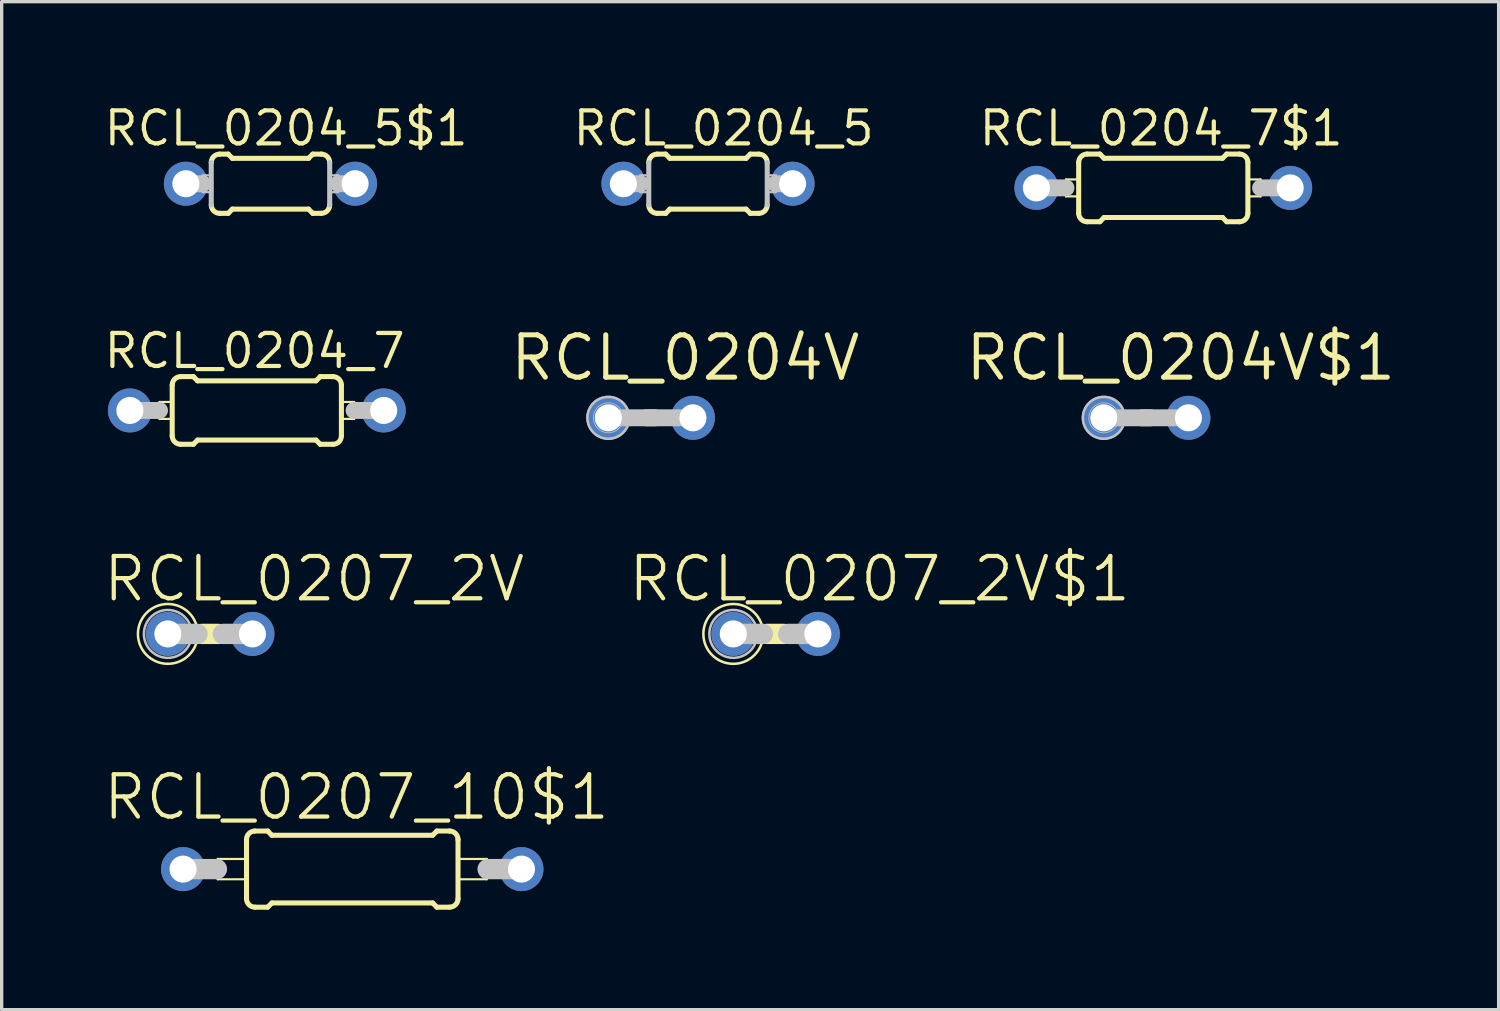
<source format=kicad_pcb>
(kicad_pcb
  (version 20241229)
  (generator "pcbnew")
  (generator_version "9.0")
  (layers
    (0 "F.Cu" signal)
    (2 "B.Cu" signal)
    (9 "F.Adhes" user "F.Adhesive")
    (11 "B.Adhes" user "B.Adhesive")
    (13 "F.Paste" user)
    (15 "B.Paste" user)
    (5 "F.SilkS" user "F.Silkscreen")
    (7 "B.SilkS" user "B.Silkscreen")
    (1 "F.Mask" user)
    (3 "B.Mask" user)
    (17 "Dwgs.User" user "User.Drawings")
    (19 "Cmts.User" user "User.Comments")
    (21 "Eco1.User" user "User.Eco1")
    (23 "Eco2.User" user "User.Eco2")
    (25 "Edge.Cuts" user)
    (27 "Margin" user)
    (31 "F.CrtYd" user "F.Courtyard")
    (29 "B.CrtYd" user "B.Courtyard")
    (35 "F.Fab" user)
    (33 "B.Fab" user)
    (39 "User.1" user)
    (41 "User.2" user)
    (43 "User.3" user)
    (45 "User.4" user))
  (footprint "RCL_0204V"
    (layer "F.Cu")
    (at 16.484 9.494)
    (property "Reference" "RCL_0204V" (at 1.041 -1.801 0) (layer "F.SilkS") (effects (font (size 1.27 1.27) (thickness 0.152))))
    (attr exclude_from_pos_files exclude_from_bom)
    (fp_line (start -0.127 0) (end 0.127 0) (stroke (width 0.508) (type solid)) (layer "F.SilkS"))
    (fp_line (start -1.27 0) (end 1.27 0) (stroke (width 0.508) (type solid)) (layer "Dwgs.User"))
    (fp_circle (center -1.27 0) (end -1.714 0.445) (stroke (width 0.076) (type solid)) (fill no) (layer "Dwgs.User"))
    (fp_circle (center -1.27 0) (end -1.587 0.318) (stroke (width 0.025) (type solid)) (fill no) (layer "Dwgs.User"))
    (pad "1" thru_hole circle (at -1.27 0) (size 1.321 1.321) (drill 0.813) (layers "*.Cu" "*.Paste" "*.Mask"))
    (pad "2" thru_hole circle (at 1.27 0) (size 1.321 1.321) (drill 0.813) (layers "*.Cu" "*.Paste" "*.Mask")))
  (footprint "RCL_0207_10$1"
    (layer "F.Cu")
    (at 7.526 23.043)
    (property "Reference" "RCL_0207_10$1" (at 0.127 -2.159 0) (layer "F.SilkS") (effects (font (size 1.27 1.27) (thickness 0.127))))
    (attr exclude_from_pos_files exclude_from_bom)
    (fp_line (start -4.039 -0.305) (end -3.175 -0.305) (stroke (width 0.066) (type solid)) (layer "F.SilkS"))
    (fp_line (start -4.039 0.305) (end -4.039 -0.305) (stroke (width 0.066) (type solid)) (layer "F.SilkS"))
    (fp_line (start -4.039 0.305) (end -3.175 0.305) (stroke (width 0.066) (type solid)) (layer "F.SilkS"))
    (fp_line (start -3.175 0.305) (end -3.175 -0.305) (stroke (width 0.066) (type solid)) (layer "F.SilkS"))
    (fp_line (start -3.175 0.889) (end -3.175 -0.889) (stroke (width 0.152) (type solid)) (layer "F.SilkS"))
    (fp_line (start -2.921 -1.143) (end -2.54 -1.143) (stroke (width 0.152) (type solid)) (layer "F.SilkS"))
    (fp_line (start -2.921 1.143) (end -2.54 1.143) (stroke (width 0.152) (type solid)) (layer "F.SilkS"))
    (fp_line (start -2.413 -1.016) (end -2.54 -1.143) (stroke (width 0.152) (type solid)) (layer "F.SilkS"))
    (fp_line (start -2.413 1.016) (end -2.54 1.143) (stroke (width 0.152) (type solid)) (layer "F.SilkS"))
    (fp_line (start 2.413 -1.016) (end -2.413 -1.016) (stroke (width 0.152) (type solid)) (layer "F.SilkS"))
    (fp_line (start 2.413 -1.016) (end 2.54 -1.143) (stroke (width 0.152) (type solid)) (layer "F.SilkS"))
    (fp_line (start 2.413 1.016) (end -2.413 1.016) (stroke (width 0.152) (type solid)) (layer "F.SilkS"))
    (fp_line (start 2.413 1.016) (end 2.54 1.143) (stroke (width 0.152) (type solid)) (layer "F.SilkS"))
    (fp_line (start 2.921 -1.143) (end 2.54 -1.143) (stroke (width 0.152) (type solid)) (layer "F.SilkS"))
    (fp_line (start 2.921 1.143) (end 2.54 1.143) (stroke (width 0.152) (type solid)) (layer "F.SilkS"))
    (fp_line (start 3.175 -0.305) (end 4.039 -0.305) (stroke (width 0.066) (type solid)) (layer "F.SilkS"))
    (fp_line (start 3.175 0.305) (end 3.175 -0.305) (stroke (width 0.066) (type solid)) (layer "F.SilkS"))
    (fp_line (start 3.175 0.305) (end 4.039 0.305) (stroke (width 0.066) (type solid)) (layer "F.SilkS"))
    (fp_line (start 3.175 0.889) (end 3.175 -0.889) (stroke (width 0.152) (type solid)) (layer "F.SilkS"))
    (fp_line (start 4.039 0.305) (end 4.039 -0.305) (stroke (width 0.066) (type solid)) (layer "F.SilkS"))
    (fp_arc (start -3.175 -0.889) (mid -3.100605 -1.068605) (end -2.921 -1.143) (stroke (width 0.1524) (type solid)) (layer "F.SilkS"))
    (fp_arc (start -2.921 1.143) (mid -3.100605 1.068605) (end -3.175 0.889) (stroke (width 0.1524) (type solid)) (layer "F.SilkS"))
    (fp_arc (start 2.921 -1.143) (mid 3.100605 -1.068605) (end 3.175 -0.889) (stroke (width 0.1524) (type solid)) (layer "F.SilkS"))
    (fp_arc (start 3.175 0.889) (mid 3.100605 1.068605) (end 2.921 1.143) (stroke (width 0.1524) (type solid)) (layer "F.SilkS"))
    (fp_line (start -5.08 0) (end -4.064 0) (stroke (width 0.61) (type solid)) (layer "Dwgs.User"))
    (fp_line (start 5.08 0) (end 4.064 0) (stroke (width 0.61) (type solid)) (layer "Dwgs.User"))
    (pad "1" thru_hole circle (at -5.08 0) (size 1.321 1.321) (drill 0.813) (layers "*.Cu" "*.Paste" "*.Mask"))
    (pad "2" thru_hole circle (at 5.08 0) (size 1.321 1.321) (drill 0.813) (layers "*.Cu" "*.Paste" "*.Mask")))
  (footprint "RCL_0204_7$1"
    (layer "F.Cu")
    (at 31.875 2.591)
    (property "Reference" "RCL_0204_7$1" (at -0.064 -1.788 0) (layer "F.SilkS") (effects (font (size 0.991 0.991) (thickness 0.127))))
    (attr exclude_from_pos_files exclude_from_bom)
    (fp_line (start -2.921 -0.254) (end -2.54 -0.254) (stroke (width 0.066) (type solid)) (layer "F.SilkS"))
    (fp_line (start -2.921 0.254) (end -2.921 -0.254) (stroke (width 0.066) (type solid)) (layer "F.SilkS"))
    (fp_line (start -2.921 0.254) (end -2.54 0.254) (stroke (width 0.066) (type solid)) (layer "F.SilkS"))
    (fp_line (start -2.54 0.254) (end -2.54 -0.254) (stroke (width 0.066) (type solid)) (layer "F.SilkS"))
    (fp_line (start -2.54 0.762) (end -2.54 -0.762) (stroke (width 0.152) (type solid)) (layer "F.SilkS"))
    (fp_line (start -2.286 -1.016) (end -1.905 -1.016) (stroke (width 0.152) (type solid)) (layer "F.SilkS"))
    (fp_line (start -2.286 1.016) (end -1.905 1.016) (stroke (width 0.152) (type solid)) (layer "F.SilkS"))
    (fp_line (start -1.778 -0.889) (end -1.905 -1.016) (stroke (width 0.152) (type solid)) (layer "F.SilkS"))
    (fp_line (start -1.778 0.889) (end -1.905 1.016) (stroke (width 0.152) (type solid)) (layer "F.SilkS"))
    (fp_line (start 1.778 -0.889) (end -1.778 -0.889) (stroke (width 0.152) (type solid)) (layer "F.SilkS"))
    (fp_line (start 1.778 -0.889) (end 1.905 -1.016) (stroke (width 0.152) (type solid)) (layer "F.SilkS"))
    (fp_line (start 1.778 0.889) (end -1.778 0.889) (stroke (width 0.152) (type solid)) (layer "F.SilkS"))
    (fp_line (start 1.778 0.889) (end 1.905 1.016) (stroke (width 0.152) (type solid)) (layer "F.SilkS"))
    (fp_line (start 2.286 -1.016) (end 1.905 -1.016) (stroke (width 0.152) (type solid)) (layer "F.SilkS"))
    (fp_line (start 2.286 1.016) (end 1.905 1.016) (stroke (width 0.152) (type solid)) (layer "F.SilkS"))
    (fp_line (start 2.54 -0.254) (end 2.921 -0.254) (stroke (width 0.066) (type solid)) (layer "F.SilkS"))
    (fp_line (start 2.54 0.254) (end 2.54 -0.254) (stroke (width 0.066) (type solid)) (layer "F.SilkS"))
    (fp_line (start 2.54 0.254) (end 2.921 0.254) (stroke (width 0.066) (type solid)) (layer "F.SilkS"))
    (fp_line (start 2.54 0.762) (end 2.54 -0.762) (stroke (width 0.152) (type solid)) (layer "F.SilkS"))
    (fp_line (start 2.921 0.254) (end 2.921 -0.254) (stroke (width 0.066) (type solid)) (layer "F.SilkS"))
    (fp_arc (start -2.54 -0.762) (mid -2.465605 -0.941605) (end -2.286 -1.016) (stroke (width 0.1524) (type solid)) (layer "F.SilkS"))
    (fp_arc (start -2.286 1.016) (mid -2.465605 0.941605) (end -2.54 0.762) (stroke (width 0.1524) (type solid)) (layer "F.SilkS"))
    (fp_arc (start 2.286 -1.016) (mid 2.465605 -0.941605) (end 2.54 -0.762) (stroke (width 0.1524) (type solid)) (layer "F.SilkS"))
    (fp_arc (start 2.54 0.762) (mid 2.465605 0.941605) (end 2.286 1.016) (stroke (width 0.1524) (type solid)) (layer "F.SilkS"))
    (fp_line (start -3.81 0) (end -2.921 0) (stroke (width 0.508) (type solid)) (layer "Dwgs.User"))
    (fp_line (start 3.81 0) (end 2.921 0) (stroke (width 0.508) (type solid)) (layer "Dwgs.User"))
    (pad "1" thru_hole circle (at -3.81 0) (size 1.321 1.321) (drill 0.813) (layers "*.Cu" "*.Paste" "*.Mask"))
    (pad "2" thru_hole circle (at 3.81 0) (size 1.321 1.321) (drill 0.813) (layers "*.Cu" "*.Paste" "*.Mask")))
  (footprint "RCL_0204_5$1"
    (layer "F.Cu")
    (at 5.07 2.466)
    (property "Reference" "RCL_0204_5$1" (at 0.47 -1.664 0) (layer "F.SilkS") (effects (font (size 0.991 0.991) (thickness 0.127))))
    (attr exclude_from_pos_files exclude_from_bom)
    (fp_line (start -1.524 -0.889) (end -1.27 -0.889) (stroke (width 0.152) (type solid)) (layer "F.SilkS"))
    (fp_line (start -1.524 0.889) (end -1.27 0.889) (stroke (width 0.152) (type solid)) (layer "F.SilkS"))
    (fp_line (start -1.143 -0.762) (end -1.27 -0.889) (stroke (width 0.152) (type solid)) (layer "F.SilkS"))
    (fp_line (start -1.143 0.762) (end -1.27 0.889) (stroke (width 0.152) (type solid)) (layer "F.SilkS"))
    (fp_line (start 1.143 -0.762) (end -1.143 -0.762) (stroke (width 0.152) (type solid)) (layer "F.SilkS"))
    (fp_line (start 1.143 -0.762) (end 1.27 -0.889) (stroke (width 0.152) (type solid)) (layer "F.SilkS"))
    (fp_line (start 1.143 0.762) (end -1.143 0.762) (stroke (width 0.152) (type solid)) (layer "F.SilkS"))
    (fp_line (start 1.143 0.762) (end 1.27 0.889) (stroke (width 0.152) (type solid)) (layer "F.SilkS"))
    (fp_line (start 1.524 -0.889) (end 1.27 -0.889) (stroke (width 0.152) (type solid)) (layer "F.SilkS"))
    (fp_line (start 1.524 0.889) (end 1.27 0.889) (stroke (width 0.152) (type solid)) (layer "F.SilkS"))
    (fp_arc (start -1.778 -0.635) (mid -1.703605 -0.814605) (end -1.524 -0.889) (stroke (width 0.1524) (type solid)) (layer "F.SilkS"))
    (fp_arc (start -1.524 0.889) (mid -1.703605 0.814605) (end -1.778 0.635) (stroke (width 0.1524) (type solid)) (layer "F.SilkS"))
    (fp_arc (start 1.524 -0.889) (mid 1.703605 -0.814605) (end 1.778 -0.635) (stroke (width 0.1524) (type solid)) (layer "F.SilkS"))
    (fp_arc (start 1.778 0.635) (mid 1.703605 0.814605) (end 1.524 0.889) (stroke (width 0.1524) (type solid)) (layer "F.SilkS"))
    (fp_line (start -2.54 0) (end -2.032 0) (stroke (width 0.508) (type solid)) (layer "Dwgs.User"))
    (fp_line (start -2.032 -0.254) (end -1.778 -0.254) (stroke (width 0.066) (type solid)) (layer "Dwgs.User"))
    (fp_line (start -2.032 0.254) (end -2.032 -0.254) (stroke (width 0.066) (type solid)) (layer "Dwgs.User"))
    (fp_line (start -2.032 0.254) (end -1.778 0.254) (stroke (width 0.066) (type solid)) (layer "Dwgs.User"))
    (fp_line (start -1.778 0.254) (end -1.778 -0.254) (stroke (width 0.066) (type solid)) (layer "Dwgs.User"))
    (fp_line (start -1.778 0.635) (end -1.778 -0.635) (stroke (width 0.152) (type solid)) (layer "Dwgs.User"))
    (fp_line (start 1.778 -0.254) (end 2.032 -0.254) (stroke (width 0.066) (type solid)) (layer "Dwgs.User"))
    (fp_line (start 1.778 0.254) (end 1.778 -0.254) (stroke (width 0.066) (type solid)) (layer "Dwgs.User"))
    (fp_line (start 1.778 0.254) (end 2.032 0.254) (stroke (width 0.066) (type solid)) (layer "Dwgs.User"))
    (fp_line (start 1.778 0.635) (end 1.778 -0.635) (stroke (width 0.152) (type solid)) (layer "Dwgs.User"))
    (fp_line (start 2.032 0.254) (end 2.032 -0.254) (stroke (width 0.066) (type solid)) (layer "Dwgs.User"))
    (fp_line (start 2.54 0) (end 2.032 0) (stroke (width 0.508) (type solid)) (layer "Dwgs.User"))
    (pad "1" thru_hole circle (at -2.54 0) (size 1.321 1.321) (drill 0.813) (layers "*.Cu" "*.Paste" "*.Mask"))
    (pad "2" thru_hole circle (at 2.54 0) (size 1.321 1.321) (drill 0.813) (layers "*.Cu" "*.Paste" "*.Mask")))
  (footprint "RCL_0204V$1"
    (layer "F.Cu")
    (at 31.359 9.494)
    (property "Reference" "RCL_0204V$1" (at 1.041 -1.801 0) (layer "F.SilkS") (effects (font (size 1.27 1.27) (thickness 0.152))))
    (attr exclude_from_pos_files exclude_from_bom)
    (fp_line (start -0.127 0) (end 0.127 0) (stroke (width 0.508) (type solid)) (layer "F.SilkS"))
    (fp_line (start -1.27 0) (end 1.27 0) (stroke (width 0.508) (type solid)) (layer "Dwgs.User"))
    (fp_circle (center -1.27 0) (end -1.714 0.445) (stroke (width 0.076) (type solid)) (fill no) (layer "Dwgs.User"))
    (fp_circle (center -1.27 0) (end -1.587 0.318) (stroke (width 0.025) (type solid)) (fill no) (layer "Dwgs.User"))
    (pad "1" thru_hole circle (at -1.27 0) (size 1.321 1.321) (drill 0.813) (layers "*.Cu" "*.Paste" "*.Mask"))
    (pad "2" thru_hole circle (at 1.27 0) (size 1.321 1.321) (drill 0.813) (layers "*.Cu" "*.Paste" "*.Mask")))
  (footprint "RCL_0207_2V$1"
    (layer "F.Cu")
    (at 20.235 15.982)
    (property "Reference" "RCL_0207_2V$1" (at 3.124 -1.651 0) (layer "F.SilkS") (effects (font (size 1.27 1.27) (thickness 0.127))))
    (attr exclude_from_pos_files exclude_from_bom)
    (fp_line (start -0.254 0) (end 0.254 0) (stroke (width 0.61) (type solid)) (layer "F.SilkS"))
    (fp_circle (center -1.27 0) (end -1.905 0.635) (stroke (width 0.076) (type solid)) (fill no) (layer "F.SilkS"))
    (fp_line (start -1.27 0) (end -0.381 0) (stroke (width 0.61) (type solid)) (layer "Dwgs.User"))
    (fp_line (start 0.381 0) (end 1.27 0) (stroke (width 0.61) (type solid)) (layer "Dwgs.User"))
    (fp_circle (center -1.27 0) (end -1.778 0.508) (stroke (width 0.076) (type solid)) (fill no) (layer "Dwgs.User"))
    (pad "1" thru_hole circle (at -1.27 0) (size 1.321 1.321) (drill 0.813) (layers "*.Cu" "*.Paste" "*.Mask"))
    (pad "2" thru_hole circle (at 1.27 0) (size 1.321 1.321) (drill 0.813) (layers "*.Cu" "*.Paste" "*.Mask")))
  (footprint "RCL_0207_2V"
    (layer "F.Cu")
    (at 3.259 15.982)
    (property "Reference" "RCL_0207_2V" (at 3.124 -1.651 0) (layer "F.SilkS") (effects (font (size 1.27 1.27) (thickness 0.127))))
    (attr exclude_from_pos_files exclude_from_bom)
    (fp_line (start -0.254 0) (end 0.254 0) (stroke (width 0.61) (type solid)) (layer "F.SilkS"))
    (fp_circle (center -1.27 0) (end -1.905 0.635) (stroke (width 0.076) (type solid)) (fill no) (layer "F.SilkS"))
    (fp_line (start -1.27 0) (end -0.381 0) (stroke (width 0.61) (type solid)) (layer "Dwgs.User"))
    (fp_line (start 0.381 0) (end 1.27 0) (stroke (width 0.61) (type solid)) (layer "Dwgs.User"))
    (fp_circle (center -1.27 0) (end -1.778 0.508) (stroke (width 0.076) (type solid)) (fill no) (layer "Dwgs.User"))
    (pad "1" thru_hole circle (at -1.27 0) (size 1.321 1.321) (drill 0.813) (layers "*.Cu" "*.Paste" "*.Mask"))
    (pad "2" thru_hole circle (at 1.27 0) (size 1.321 1.321) (drill 0.813) (layers "*.Cu" "*.Paste" "*.Mask")))
  (footprint "RCL_0204_5"
    (layer "F.Cu")
    (at 18.206 2.466)
    (property "Reference" "RCL_0204_5" (at 0.47 -1.664 0) (layer "F.SilkS") (effects (font (size 0.991 0.991) (thickness 0.127))))
    (attr exclude_from_pos_files exclude_from_bom)
    (fp_line (start -1.524 -0.889) (end -1.27 -0.889) (stroke (width 0.152) (type solid)) (layer "F.SilkS"))
    (fp_line (start -1.524 0.889) (end -1.27 0.889) (stroke (width 0.152) (type solid)) (layer "F.SilkS"))
    (fp_line (start -1.143 -0.762) (end -1.27 -0.889) (stroke (width 0.152) (type solid)) (layer "F.SilkS"))
    (fp_line (start -1.143 0.762) (end -1.27 0.889) (stroke (width 0.152) (type solid)) (layer "F.SilkS"))
    (fp_line (start 1.143 -0.762) (end -1.143 -0.762) (stroke (width 0.152) (type solid)) (layer "F.SilkS"))
    (fp_line (start 1.143 -0.762) (end 1.27 -0.889) (stroke (width 0.152) (type solid)) (layer "F.SilkS"))
    (fp_line (start 1.143 0.762) (end -1.143 0.762) (stroke (width 0.152) (type solid)) (layer "F.SilkS"))
    (fp_line (start 1.143 0.762) (end 1.27 0.889) (stroke (width 0.152) (type solid)) (layer "F.SilkS"))
    (fp_line (start 1.524 -0.889) (end 1.27 -0.889) (stroke (width 0.152) (type solid)) (layer "F.SilkS"))
    (fp_line (start 1.524 0.889) (end 1.27 0.889) (stroke (width 0.152) (type solid)) (layer "F.SilkS"))
    (fp_arc (start -1.778 -0.635) (mid -1.703605 -0.814605) (end -1.524 -0.889) (stroke (width 0.1524) (type solid)) (layer "F.SilkS"))
    (fp_arc (start -1.524 0.889) (mid -1.703605 0.814605) (end -1.778 0.635) (stroke (width 0.1524) (type solid)) (layer "F.SilkS"))
    (fp_arc (start 1.524 -0.889) (mid 1.703605 -0.814605) (end 1.778 -0.635) (stroke (width 0.1524) (type solid)) (layer "F.SilkS"))
    (fp_arc (start 1.778 0.635) (mid 1.703605 0.814605) (end 1.524 0.889) (stroke (width 0.1524) (type solid)) (layer "F.SilkS"))
    (fp_line (start -2.54 0) (end -2.032 0) (stroke (width 0.508) (type solid)) (layer "Dwgs.User"))
    (fp_line (start -2.032 -0.254) (end -1.778 -0.254) (stroke (width 0.066) (type solid)) (layer "Dwgs.User"))
    (fp_line (start -2.032 0.254) (end -2.032 -0.254) (stroke (width 0.066) (type solid)) (layer "Dwgs.User"))
    (fp_line (start -2.032 0.254) (end -1.778 0.254) (stroke (width 0.066) (type solid)) (layer "Dwgs.User"))
    (fp_line (start -1.778 0.254) (end -1.778 -0.254) (stroke (width 0.066) (type solid)) (layer "Dwgs.User"))
    (fp_line (start -1.778 0.635) (end -1.778 -0.635) (stroke (width 0.152) (type solid)) (layer "Dwgs.User"))
    (fp_line (start 1.778 -0.254) (end 2.032 -0.254) (stroke (width 0.066) (type solid)) (layer "Dwgs.User"))
    (fp_line (start 1.778 0.254) (end 1.778 -0.254) (stroke (width 0.066) (type solid)) (layer "Dwgs.User"))
    (fp_line (start 1.778 0.254) (end 2.032 0.254) (stroke (width 0.066) (type solid)) (layer "Dwgs.User"))
    (fp_line (start 1.778 0.635) (end 1.778 -0.635) (stroke (width 0.152) (type solid)) (layer "Dwgs.User"))
    (fp_line (start 2.032 0.254) (end 2.032 -0.254) (stroke (width 0.066) (type solid)) (layer "Dwgs.User"))
    (fp_line (start 2.54 0) (end 2.032 0) (stroke (width 0.508) (type solid)) (layer "Dwgs.User"))
    (pad "1" thru_hole circle (at -2.54 0) (size 1.321 1.321) (drill 0.813) (layers "*.Cu" "*.Paste" "*.Mask"))
    (pad "2" thru_hole circle (at 2.54 0) (size 1.321 1.321) (drill 0.813) (layers "*.Cu" "*.Paste" "*.Mask")))
  (footprint "RCL_0204_7"
    (layer "F.Cu")
    (at 4.66 9.273)
    (property "Reference" "RCL_0204_7" (at -0.064 -1.788 0) (layer "F.SilkS") (effects (font (size 0.991 0.991) (thickness 0.127))))
    (attr exclude_from_pos_files exclude_from_bom)
    (fp_line (start -2.921 -0.254) (end -2.54 -0.254) (stroke (width 0.066) (type solid)) (layer "F.SilkS"))
    (fp_line (start -2.921 0.254) (end -2.921 -0.254) (stroke (width 0.066) (type solid)) (layer "F.SilkS"))
    (fp_line (start -2.921 0.254) (end -2.54 0.254) (stroke (width 0.066) (type solid)) (layer "F.SilkS"))
    (fp_line (start -2.54 0.254) (end -2.54 -0.254) (stroke (width 0.066) (type solid)) (layer "F.SilkS"))
    (fp_line (start -2.54 0.762) (end -2.54 -0.762) (stroke (width 0.152) (type solid)) (layer "F.SilkS"))
    (fp_line (start -2.286 -1.016) (end -1.905 -1.016) (stroke (width 0.152) (type solid)) (layer "F.SilkS"))
    (fp_line (start -2.286 1.016) (end -1.905 1.016) (stroke (width 0.152) (type solid)) (layer "F.SilkS"))
    (fp_line (start -1.778 -0.889) (end -1.905 -1.016) (stroke (width 0.152) (type solid)) (layer "F.SilkS"))
    (fp_line (start -1.778 0.889) (end -1.905 1.016) (stroke (width 0.152) (type solid)) (layer "F.SilkS"))
    (fp_line (start 1.778 -0.889) (end -1.778 -0.889) (stroke (width 0.152) (type solid)) (layer "F.SilkS"))
    (fp_line (start 1.778 -0.889) (end 1.905 -1.016) (stroke (width 0.152) (type solid)) (layer "F.SilkS"))
    (fp_line (start 1.778 0.889) (end -1.778 0.889) (stroke (width 0.152) (type solid)) (layer "F.SilkS"))
    (fp_line (start 1.778 0.889) (end 1.905 1.016) (stroke (width 0.152) (type solid)) (layer "F.SilkS"))
    (fp_line (start 2.286 -1.016) (end 1.905 -1.016) (stroke (width 0.152) (type solid)) (layer "F.SilkS"))
    (fp_line (start 2.286 1.016) (end 1.905 1.016) (stroke (width 0.152) (type solid)) (layer "F.SilkS"))
    (fp_line (start 2.54 -0.254) (end 2.921 -0.254) (stroke (width 0.066) (type solid)) (layer "F.SilkS"))
    (fp_line (start 2.54 0.254) (end 2.54 -0.254) (stroke (width 0.066) (type solid)) (layer "F.SilkS"))
    (fp_line (start 2.54 0.254) (end 2.921 0.254) (stroke (width 0.066) (type solid)) (layer "F.SilkS"))
    (fp_line (start 2.54 0.762) (end 2.54 -0.762) (stroke (width 0.152) (type solid)) (layer "F.SilkS"))
    (fp_line (start 2.921 0.254) (end 2.921 -0.254) (stroke (width 0.066) (type solid)) (layer "F.SilkS"))
    (fp_arc (start -2.54 -0.762) (mid -2.465605 -0.941605) (end -2.286 -1.016) (stroke (width 0.1524) (type solid)) (layer "F.SilkS"))
    (fp_arc (start -2.286 1.016) (mid -2.465605 0.941605) (end -2.54 0.762) (stroke (width 0.1524) (type solid)) (layer "F.SilkS"))
    (fp_arc (start 2.286 -1.016) (mid 2.465605 -0.941605) (end 2.54 -0.762) (stroke (width 0.1524) (type solid)) (layer "F.SilkS"))
    (fp_arc (start 2.54 0.762) (mid 2.465605 0.941605) (end 2.286 1.016) (stroke (width 0.1524) (type solid)) (layer "F.SilkS"))
    (fp_line (start -3.81 0) (end -2.921 0) (stroke (width 0.508) (type solid)) (layer "Dwgs.User"))
    (fp_line (start 3.81 0) (end 2.921 0) (stroke (width 0.508) (type solid)) (layer "Dwgs.User"))
    (pad "1" thru_hole circle (at -3.81 0) (size 1.321 1.321) (drill 0.813) (layers "*.Cu" "*.Paste" "*.Mask"))
    (pad "2" thru_hole circle (at 3.81 0) (size 1.321 1.321) (drill 0.813) (layers "*.Cu" "*.Paste" "*.Mask")))
  (gr_rect
    (start -3 -3)
    (end 41.943 27.262)
    (stroke (width 0.1) (type default))
    (fill no)
    (layer "Edge.Cuts")))
</source>
